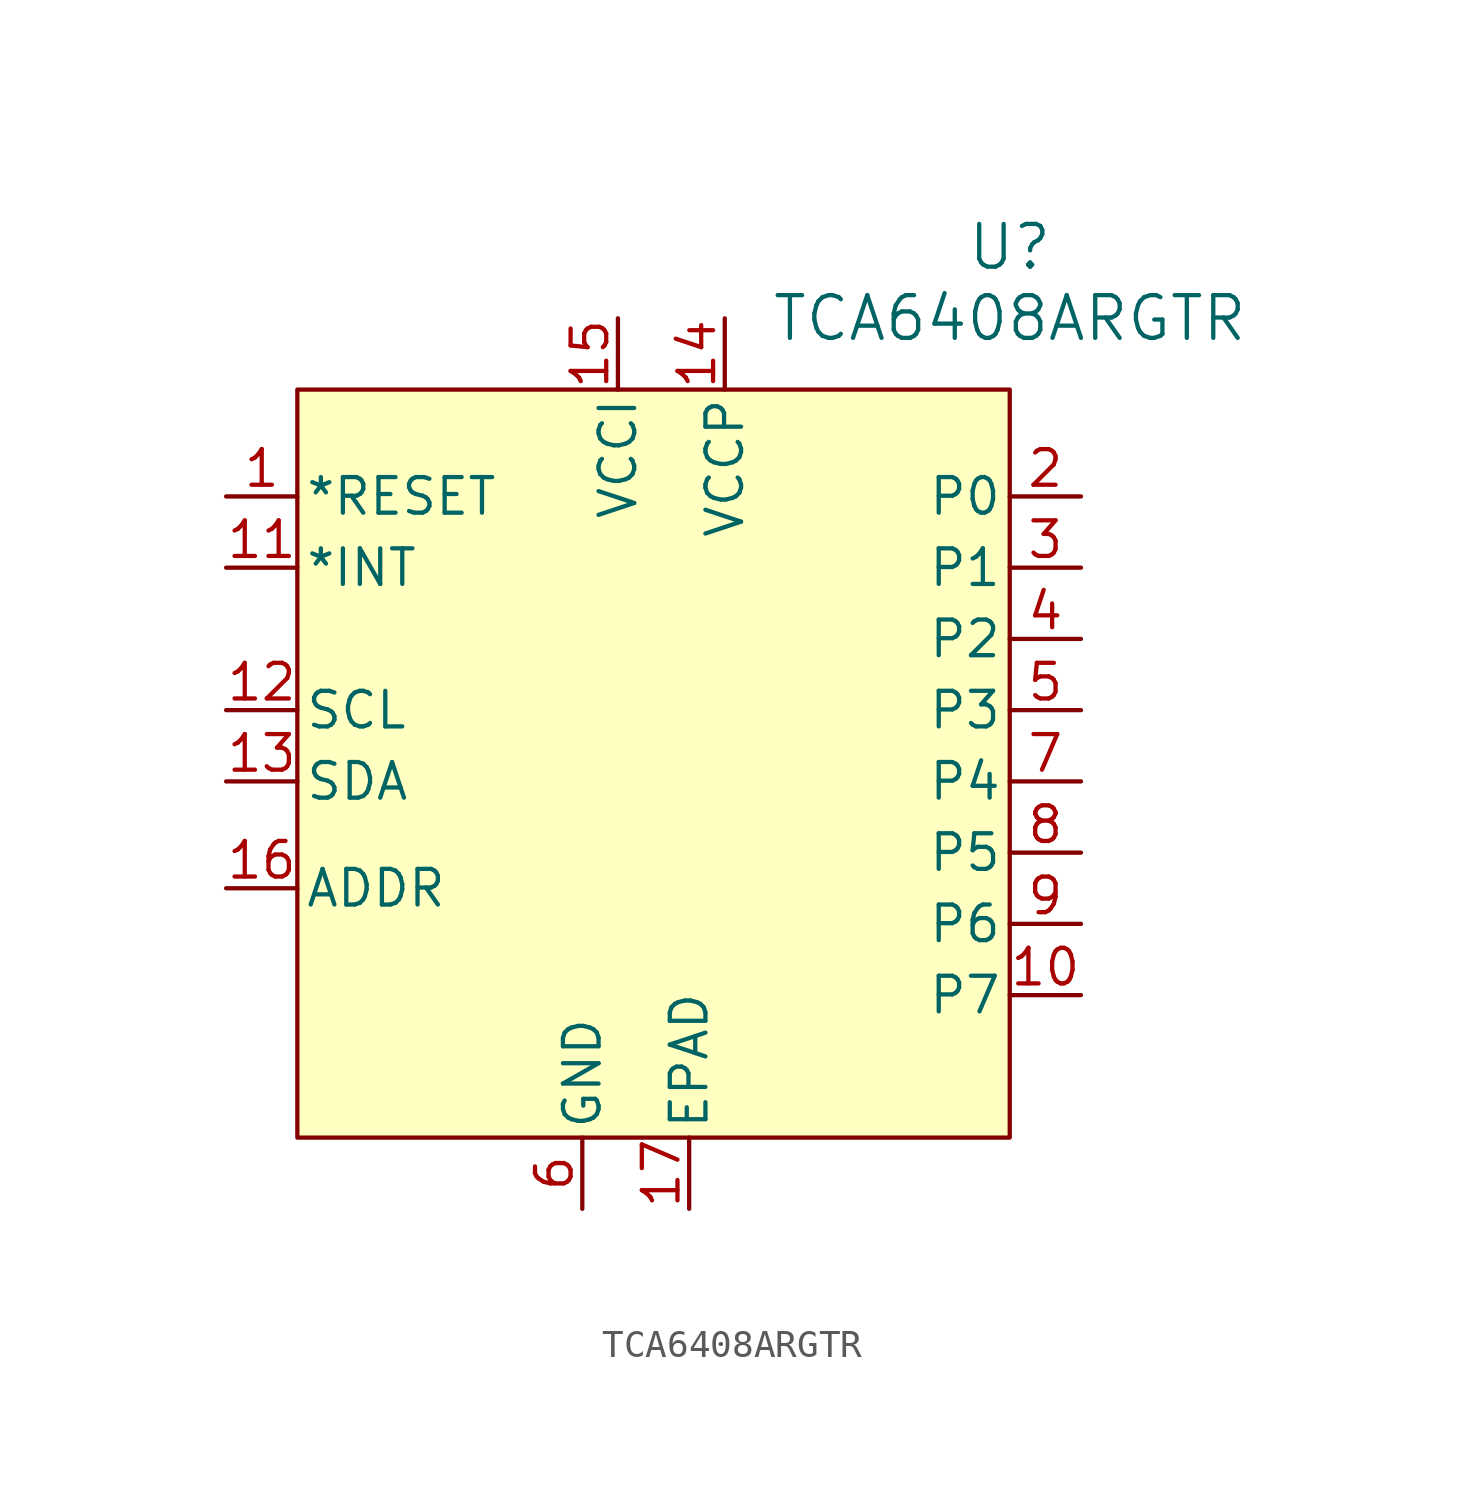
<source format=kicad_sym>
(kicad_symbol_lib
  (version 20231120)
  (generator "kicad_symbol_editor")
  (generator_version "8.0")
  (symbol "TCA6408ARGTR"
    (pin_names
      (offset 0.254))
    (property "Reference" "U"
      (at 33.02 10.16 0)
      (effects (font (size 1.524 1.524))))
    (property "Value" "TCA6408ARGTR"
      (at 33.02 7.62 0)
      (effects (font (size 1.524 1.524))))
    (property "ki_locked" ""
      (at 0 0 0)
      (effects (font (size 1.27 1.27))))
    (symbol "TCA6408ARGTR_1_1"
      (rectangle (start 7.62 5.08) (end 33.02 -21.59) (stroke (width 0) (type default)) (fill (type color) (color 255 255 194 1)))
      (pin input line (at 5.08 1.27 0) (length 2.54) (name "*RESET" (effects (font (size 1.27 1.27)))) (number "1" (effects (font (size 1.27 1.27)))))
      (pin output line (at 35.56 -16.51 180) (length 2.54) (name "P7" (effects (font (size 1.27 1.27)))) (number "10" (effects (font (size 1.27 1.27)))))
      (pin output line (at 5.08 -1.27 0) (length 2.54) (name "*INT" (effects (font (size 1.27 1.27)))) (number "11" (effects (font (size 1.27 1.27)))))
      (pin bidirectional line (at 5.08 -6.35 0) (length 2.54) (name "SCL" (effects (font (size 1.27 1.27)))) (number "12" (effects (font (size 1.27 1.27)))))
      (pin bidirectional line (at 5.08 -8.89 0) (length 2.54) (name "SDA" (effects (font (size 1.27 1.27)))) (number "13" (effects (font (size 1.27 1.27)))))
      (pin power_in line (at 22.86 7.62 270) (length 2.54) (name "VCCP" (effects (font (size 1.27 1.27)))) (number "14" (effects (font (size 1.27 1.27)))))
      (pin power_in line (at 19.05 7.62 270) (length 2.54) (name "VCCI" (effects (font (size 1.27 1.27)))) (number "15" (effects (font (size 1.27 1.27)))))
      (pin unspecified line (at 5.08 -12.7 0) (length 2.54) (name "ADDR" (effects (font (size 1.27 1.27)))) (number "16" (effects (font (size 1.27 1.27)))))
      (pin power_in line (at 21.59 -24.13 90) (length 2.54) (name "EPAD" (effects (font (size 1.27 1.27)))) (number "17" (effects (font (size 1.27 1.27)))))
      (pin output line (at 35.56 1.27 180) (length 2.54) (name "P0" (effects (font (size 1.27 1.27)))) (number "2" (effects (font (size 1.27 1.27)))))
      (pin output line (at 35.56 -1.27 180) (length 2.54) (name "P1" (effects (font (size 1.27 1.27)))) (number "3" (effects (font (size 1.27 1.27)))))
      (pin output line (at 35.56 -3.81 180) (length 2.54) (name "P2" (effects (font (size 1.27 1.27)))) (number "4" (effects (font (size 1.27 1.27)))))
      (pin output line (at 35.56 -6.35 180) (length 2.54) (name "P3" (effects (font (size 1.27 1.27)))) (number "5" (effects (font (size 1.27 1.27)))))
      (pin power_in line (at 17.78 -24.13 90) (length 2.54) (name "GND" (effects (font (size 1.27 1.27)))) (number "6" (effects (font (size 1.27 1.27)))))
      (pin output line (at 35.56 -8.89 180) (length 2.54) (name "P4" (effects (font (size 1.27 1.27)))) (number "7" (effects (font (size 1.27 1.27)))))
      (pin output line (at 35.56 -11.43 180) (length 2.54) (name "P5" (effects (font (size 1.27 1.27)))) (number "8" (effects (font (size 1.27 1.27)))))
      (pin output line (at 35.56 -13.97 180) (length 2.54) (name "P6" (effects (font (size 1.27 1.27)))) (number "9" (effects (font (size 1.27 1.27))))))))
</source>
